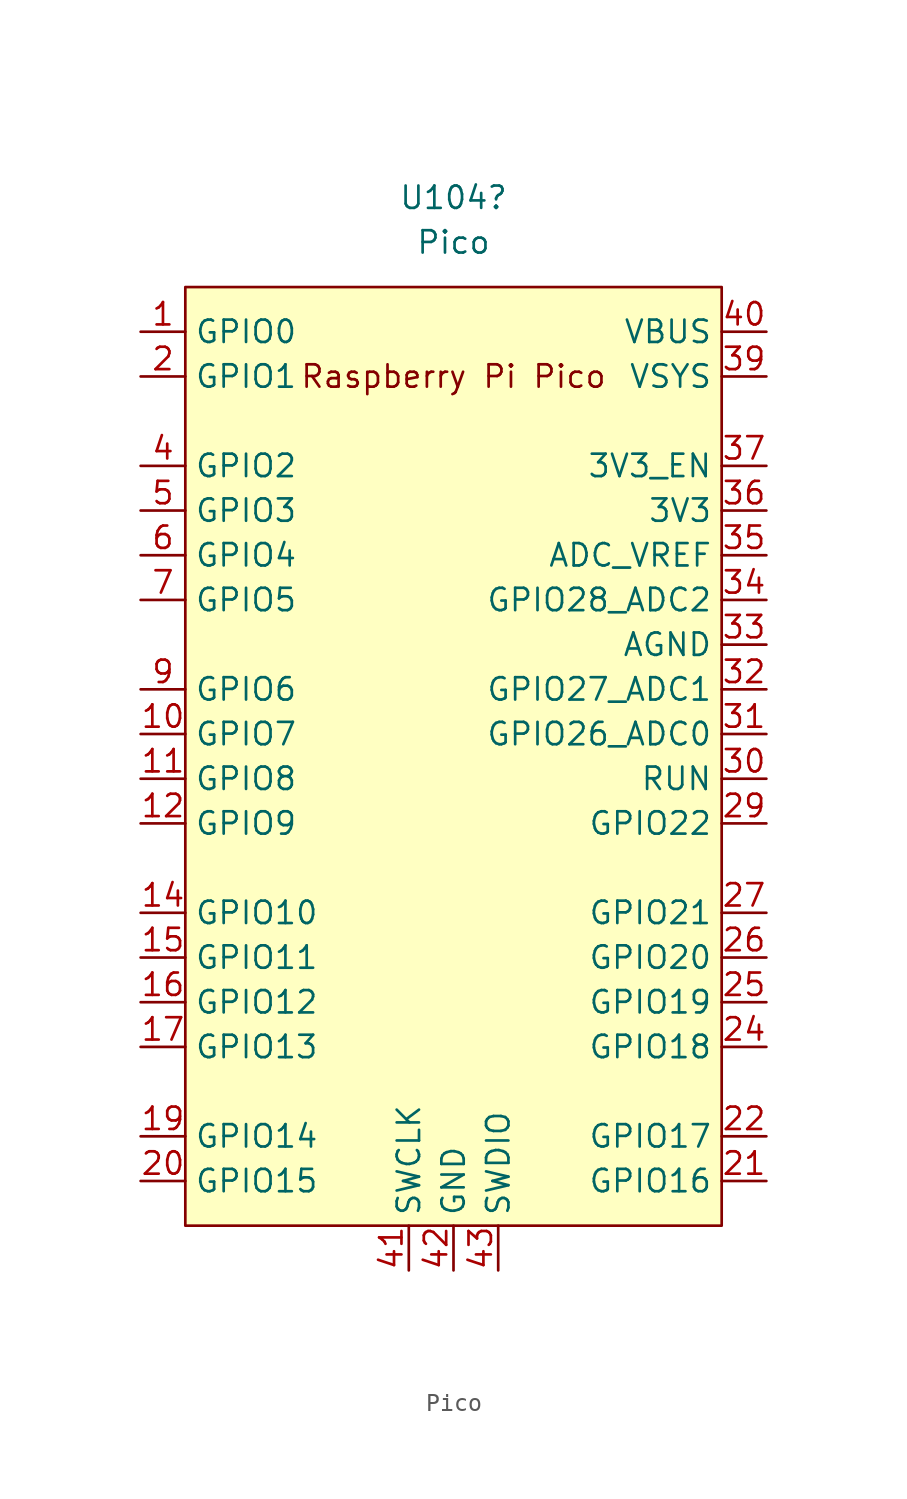
<source format=kicad_sym>
(kicad_symbol_lib
  (version 20220914)
  (generator kicad_symbol_editor)
  (symbol "Pico"
    (property "Reference" "U104"
      (at 0 31.75 0)
      (effects (font (size 1.27 1.27))))
    (property "Value" "Pico"
      (at 0 29.21 0)
      (effects (font (size 1.27 1.27))))
    (symbol "Pico_0_0"
      (text "Raspberry Pi Pico" (at 0 21.59 0) (effects (font (size 1.27 1.27)))))
    (symbol "Pico_0_1"
      (rectangle (start -15.24 26.67) (end 15.24 -26.67) (stroke (width 0) (type default)) (fill (type background))))
    (symbol "Pico_1_1"
      (pin bidirectional line (at -17.78 24.13 0) (length 2.54) (name "GPIO0" (effects (font (size 1.27 1.27)))) (number "1" (effects (font (size 1.27 1.27)))))
      (pin bidirectional line (at -17.78 1.27 0) (length 2.54) (name "GPIO7" (effects (font (size 1.27 1.27)))) (number "10" (effects (font (size 1.27 1.27)))))
      (pin bidirectional line (at -17.78 -1.27 0) (length 2.54) (name "GPIO8" (effects (font (size 1.27 1.27)))) (number "11" (effects (font (size 1.27 1.27)))))
      (pin bidirectional line (at -17.78 -3.81 0) (length 2.54) (name "GPIO9" (effects (font (size 1.27 1.27)))) (number "12" (effects (font (size 1.27 1.27)))))
      (pin power_in line (at 0 -29.21 90) (length 2.54) hide (name "GND" (effects (font (size 1.27 1.27)))) (number "13" (effects (font (size 1.27 1.27)))))
      (pin bidirectional line (at -17.78 -8.89 0) (length 2.54) (name "GPIO10" (effects (font (size 1.27 1.27)))) (number "14" (effects (font (size 1.27 1.27)))))
      (pin bidirectional line (at -17.78 -11.43 0) (length 2.54) (name "GPIO11" (effects (font (size 1.27 1.27)))) (number "15" (effects (font (size 1.27 1.27)))))
      (pin bidirectional line (at -17.78 -13.97 0) (length 2.54) (name "GPIO12" (effects (font (size 1.27 1.27)))) (number "16" (effects (font (size 1.27 1.27)))))
      (pin bidirectional line (at -17.78 -16.51 0) (length 2.54) (name "GPIO13" (effects (font (size 1.27 1.27)))) (number "17" (effects (font (size 1.27 1.27)))))
      (pin power_in line (at 0 -29.21 90) (length 2.54) hide (name "GND" (effects (font (size 1.27 1.27)))) (number "18" (effects (font (size 1.27 1.27)))))
      (pin bidirectional line (at -17.78 -21.59 0) (length 2.54) (name "GPIO14" (effects (font (size 1.27 1.27)))) (number "19" (effects (font (size 1.27 1.27)))))
      (pin bidirectional line (at -17.78 21.59 0) (length 2.54) (name "GPIO1" (effects (font (size 1.27 1.27)))) (number "2" (effects (font (size 1.27 1.27)))))
      (pin bidirectional line (at -17.78 -24.13 0) (length 2.54) (name "GPIO15" (effects (font (size 1.27 1.27)))) (number "20" (effects (font (size 1.27 1.27)))))
      (pin bidirectional line (at 17.78 -24.13 180) (length 2.54) (name "GPIO16" (effects (font (size 1.27 1.27)))) (number "21" (effects (font (size 1.27 1.27)))))
      (pin bidirectional line (at 17.78 -21.59 180) (length 2.54) (name "GPIO17" (effects (font (size 1.27 1.27)))) (number "22" (effects (font (size 1.27 1.27)))))
      (pin power_in line (at 0 -29.21 90) (length 2.54) hide (name "GND" (effects (font (size 1.27 1.27)))) (number "23" (effects (font (size 1.27 1.27)))))
      (pin bidirectional line (at 17.78 -16.51 180) (length 2.54) (name "GPIO18" (effects (font (size 1.27 1.27)))) (number "24" (effects (font (size 1.27 1.27)))))
      (pin bidirectional line (at 17.78 -13.97 180) (length 2.54) (name "GPIO19" (effects (font (size 1.27 1.27)))) (number "25" (effects (font (size 1.27 1.27)))))
      (pin bidirectional line (at 17.78 -11.43 180) (length 2.54) (name "GPIO20" (effects (font (size 1.27 1.27)))) (number "26" (effects (font (size 1.27 1.27)))))
      (pin bidirectional line (at 17.78 -8.89 180) (length 2.54) (name "GPIO21" (effects (font (size 1.27 1.27)))) (number "27" (effects (font (size 1.27 1.27)))))
      (pin power_in line (at 0 -29.21 90) (length 2.54) hide (name "GND" (effects (font (size 1.27 1.27)))) (number "28" (effects (font (size 1.27 1.27)))))
      (pin bidirectional line (at 17.78 -3.81 180) (length 2.54) (name "GPIO22" (effects (font (size 1.27 1.27)))) (number "29" (effects (font (size 1.27 1.27)))))
      (pin power_in line (at 0 -29.21 90) (length 2.54) hide (name "GND" (effects (font (size 1.27 1.27)))) (number "3" (effects (font (size 1.27 1.27)))))
      (pin input line (at 17.78 -1.27 180) (length 2.54) (name "RUN" (effects (font (size 1.27 1.27)))) (number "30" (effects (font (size 1.27 1.27)))))
      (pin bidirectional line (at 17.78 1.27 180) (length 2.54) (name "GPIO26_ADC0" (effects (font (size 1.27 1.27)))) (number "31" (effects (font (size 1.27 1.27)))))
      (pin bidirectional line (at 17.78 3.81 180) (length 2.54) (name "GPIO27_ADC1" (effects (font (size 1.27 1.27)))) (number "32" (effects (font (size 1.27 1.27)))))
      (pin power_in line (at 17.78 6.35 180) (length 2.54) (name "AGND" (effects (font (size 1.27 1.27)))) (number "33" (effects (font (size 1.27 1.27)))))
      (pin bidirectional line (at 17.78 8.89 180) (length 2.54) (name "GPIO28_ADC2" (effects (font (size 1.27 1.27)))) (number "34" (effects (font (size 1.27 1.27)))))
      (pin power_in line (at 17.78 11.43 180) (length 2.54) (name "ADC_VREF" (effects (font (size 1.27 1.27)))) (number "35" (effects (font (size 1.27 1.27)))))
      (pin power_out line (at 17.78 13.97 180) (length 2.54) (name "3V3" (effects (font (size 1.27 1.27)))) (number "36" (effects (font (size 1.27 1.27)))))
      (pin input line (at 17.78 16.51 180) (length 2.54) (name "3V3_EN" (effects (font (size 1.27 1.27)))) (number "37" (effects (font (size 1.27 1.27)))))
      (pin power_in line (at 0 -29.21 90) (length 2.54) hide (name "GND" (effects (font (size 1.27 1.27)))) (number "38" (effects (font (size 1.27 1.27)))))
      (pin power_in line (at 17.78 21.59 180) (length 2.54) (name "VSYS" (effects (font (size 1.27 1.27)))) (number "39" (effects (font (size 1.27 1.27)))))
      (pin bidirectional line (at -17.78 16.51 0) (length 2.54) (name "GPIO2" (effects (font (size 1.27 1.27)))) (number "4" (effects (font (size 1.27 1.27)))))
      (pin power_in line (at 17.78 24.13 180) (length 2.54) (name "VBUS" (effects (font (size 1.27 1.27)))) (number "40" (effects (font (size 1.27 1.27)))))
      (pin input line (at -2.54 -29.21 90) (length 2.54) (name "SWCLK" (effects (font (size 1.27 1.27)))) (number "41" (effects (font (size 1.27 1.27)))))
      (pin power_in line (at 0 -29.21 90) (length 2.54) (name "GND" (effects (font (size 1.27 1.27)))) (number "42" (effects (font (size 1.27 1.27)))))
      (pin bidirectional line (at 2.54 -29.21 90) (length 2.54) (name "SWDIO" (effects (font (size 1.27 1.27)))) (number "43" (effects (font (size 1.27 1.27)))))
      (pin bidirectional line (at -17.78 13.97 0) (length 2.54) (name "GPIO3" (effects (font (size 1.27 1.27)))) (number "5" (effects (font (size 1.27 1.27)))))
      (pin bidirectional line (at -17.78 11.43 0) (length 2.54) (name "GPIO4" (effects (font (size 1.27 1.27)))) (number "6" (effects (font (size 1.27 1.27)))))
      (pin bidirectional line (at -17.78 8.89 0) (length 2.54) (name "GPIO5" (effects (font (size 1.27 1.27)))) (number "7" (effects (font (size 1.27 1.27)))))
      (pin power_in line (at 0 -29.21 90) (length 2.54) hide (name "GND" (effects (font (size 1.27 1.27)))) (number "8" (effects (font (size 1.27 1.27)))))
      (pin bidirectional line (at -17.78 3.81 0) (length 2.54) (name "GPIO6" (effects (font (size 1.27 1.27)))) (number "9" (effects (font (size 1.27 1.27))))))))
</source>
